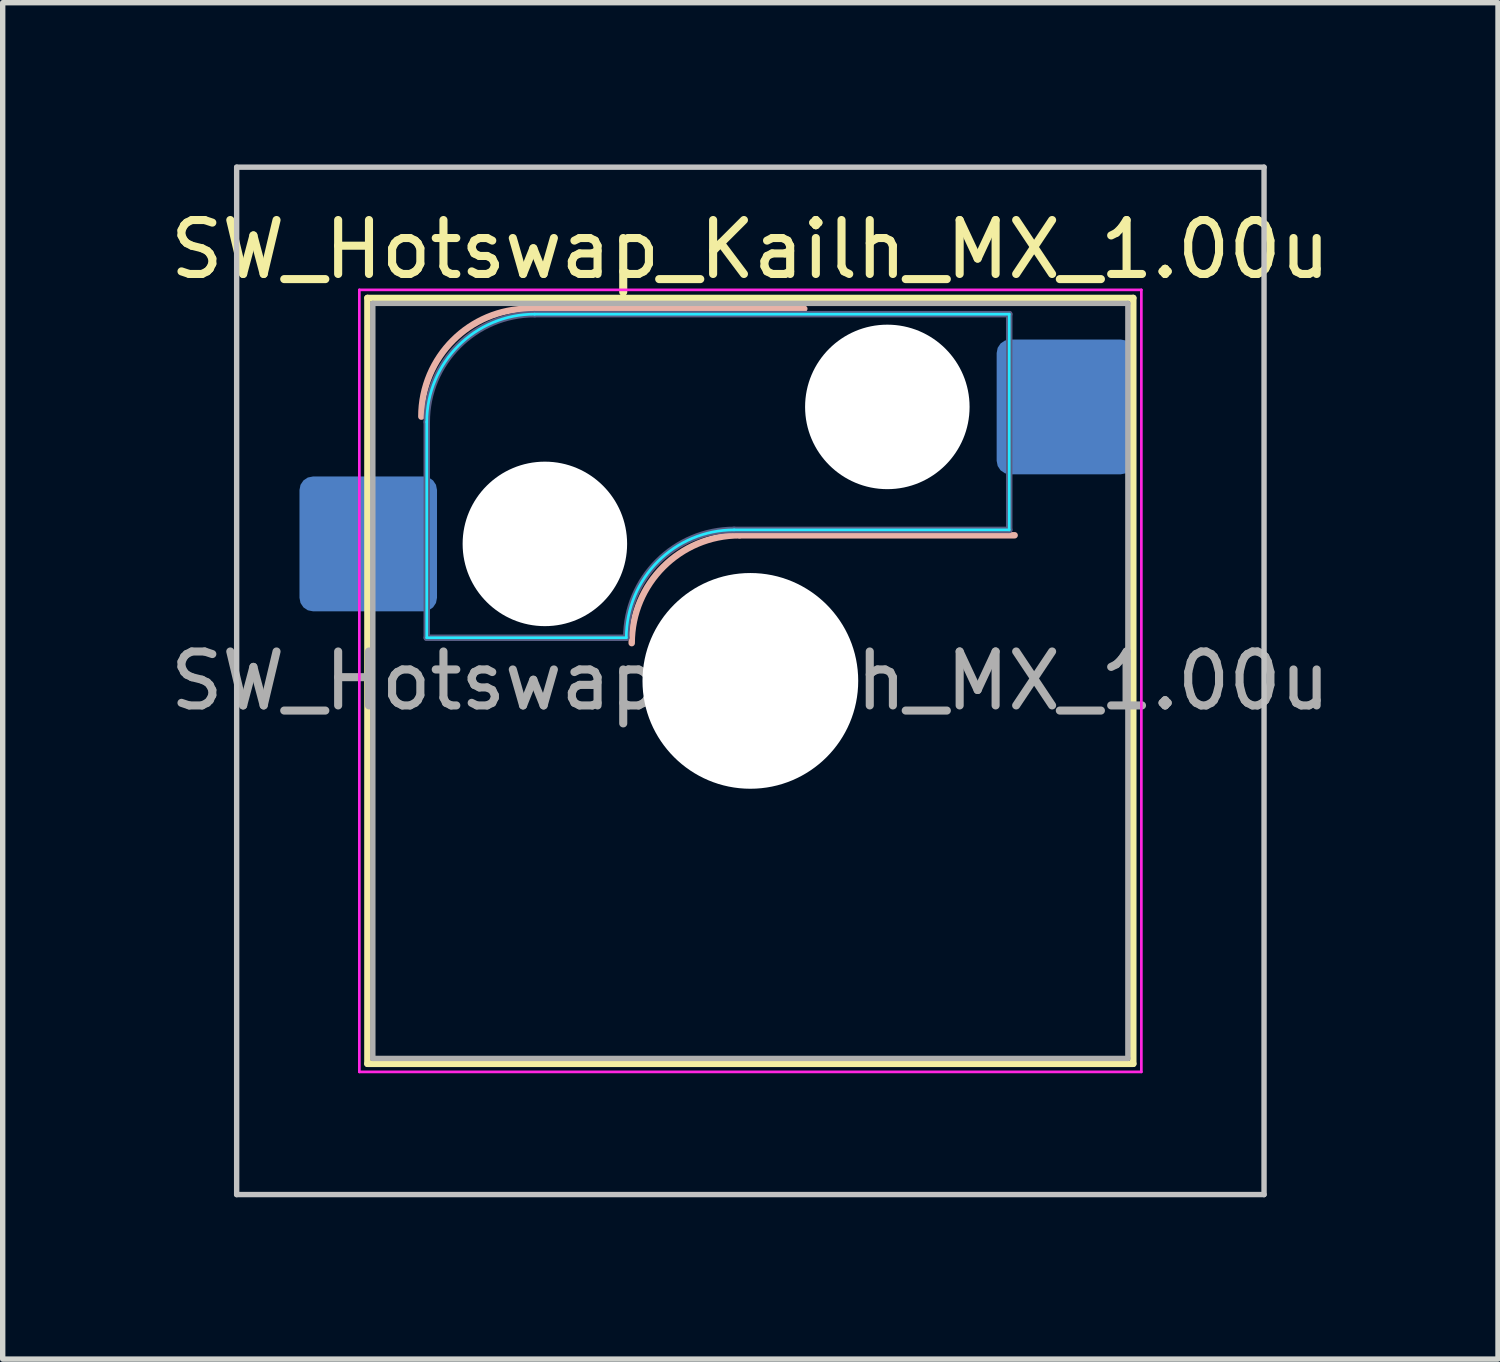
<source format=kicad_pcb>
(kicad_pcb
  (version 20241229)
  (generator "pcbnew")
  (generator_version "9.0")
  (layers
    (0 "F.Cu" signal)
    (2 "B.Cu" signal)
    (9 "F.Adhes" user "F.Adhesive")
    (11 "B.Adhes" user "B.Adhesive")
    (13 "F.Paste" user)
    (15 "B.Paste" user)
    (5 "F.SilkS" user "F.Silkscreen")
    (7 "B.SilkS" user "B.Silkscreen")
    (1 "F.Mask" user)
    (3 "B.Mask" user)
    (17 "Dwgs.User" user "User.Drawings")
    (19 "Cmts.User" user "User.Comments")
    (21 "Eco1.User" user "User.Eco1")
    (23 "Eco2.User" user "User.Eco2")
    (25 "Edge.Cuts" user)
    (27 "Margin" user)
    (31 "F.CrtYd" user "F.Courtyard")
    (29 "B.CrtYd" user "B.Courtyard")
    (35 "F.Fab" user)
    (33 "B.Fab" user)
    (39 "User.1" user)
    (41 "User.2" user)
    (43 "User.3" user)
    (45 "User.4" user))
  (footprint "SW_Hotswap_Kailh_MX_1.00u"
    (layer "F.Cu")
    (at 10.863 9.575)
    (property "Reference" "SW_Hotswap_Kailh_MX_1.00u" (at 0 -8 0) (layer "F.SilkS") (effects (font (size 1 1) (thickness 0.15))))
    (attr smd)
    (fp_line (start -7.1 -7.1) (end -7.1 7.1) (stroke (width 0.12) (type solid)) (layer "F.SilkS"))
    (fp_line (start -7.1 7.1) (end 7.1 7.1) (stroke (width 0.12) (type solid)) (layer "F.SilkS"))
    (fp_line (start 7.1 -7.1) (end -7.1 -7.1) (stroke (width 0.12) (type solid)) (layer "F.SilkS"))
    (fp_line (start 7.1 7.1) (end 7.1 -7.1) (stroke (width 0.12) (type solid)) (layer "F.SilkS"))
    (fp_line (start -4.1 -6.9) (end 1 -6.9) (stroke (width 0.12) (type solid)) (layer "B.SilkS"))
    (fp_line (start -0.2 -2.7) (end 4.9 -2.7) (stroke (width 0.12) (type solid)) (layer "B.SilkS"))
    (fp_arc (start -6.1 -4.9) (mid -5.514214 -6.314214) (end -4.1 -6.9) (stroke (width 0.12) (type solid)) (layer "B.SilkS"))
    (fp_arc (start -2.2 -0.7) (mid -1.614214 -2.114214) (end -0.2 -2.7) (stroke (width 0.12) (type solid)) (layer "B.SilkS"))
    (fp_line (start -9.525 -9.525) (end -9.525 9.525) (stroke (width 0.1) (type solid)) (layer "Dwgs.User"))
    (fp_line (start -9.525 9.525) (end 9.525 9.525) (stroke (width 0.1) (type solid)) (layer "Dwgs.User"))
    (fp_line (start 9.525 -9.525) (end -9.525 -9.525) (stroke (width 0.1) (type solid)) (layer "Dwgs.User"))
    (fp_line (start 9.525 9.525) (end 9.525 -9.525) (stroke (width 0.1) (type solid)) (layer "Dwgs.User"))
    (fp_line (start -7.8 -6) (end -7 -6) (stroke (width 0.1) (type solid)) (layer "Eco1.User"))
    (fp_line (start -7.8 -2.9) (end -7.8 -6) (stroke (width 0.1) (type solid)) (layer "Eco1.User"))
    (fp_line (start -7.8 2.9) (end -7 2.9) (stroke (width 0.1) (type solid)) (layer "Eco1.User"))
    (fp_line (start -7.8 6) (end -7.8 2.9) (stroke (width 0.1) (type solid)) (layer "Eco1.User"))
    (fp_line (start -7 -7) (end 7 -7) (stroke (width 0.1) (type solid)) (layer "Eco1.User"))
    (fp_line (start -7 -6) (end -7 -7) (stroke (width 0.1) (type solid)) (layer "Eco1.User"))
    (fp_line (start -7 -2.9) (end -7.8 -2.9) (stroke (width 0.1) (type solid)) (layer "Eco1.User"))
    (fp_line (start -7 2.9) (end -7 -2.9) (stroke (width 0.1) (type solid)) (layer "Eco1.User"))
    (fp_line (start -7 6) (end -7.8 6) (stroke (width 0.1) (type solid)) (layer "Eco1.User"))
    (fp_line (start -7 7) (end -7 6) (stroke (width 0.1) (type solid)) (layer "Eco1.User"))
    (fp_line (start 7 -7) (end 7 -6) (stroke (width 0.1) (type solid)) (layer "Eco1.User"))
    (fp_line (start 7 -6) (end 7.8 -6) (stroke (width 0.1) (type solid)) (layer "Eco1.User"))
    (fp_line (start 7 -2.9) (end 7 2.9) (stroke (width 0.1) (type solid)) (layer "Eco1.User"))
    (fp_line (start 7 2.9) (end 7.8 2.9) (stroke (width 0.1) (type solid)) (layer "Eco1.User"))
    (fp_line (start 7 6) (end 7 7) (stroke (width 0.1) (type solid)) (layer "Eco1.User"))
    (fp_line (start 7 7) (end -7 7) (stroke (width 0.1) (type solid)) (layer "Eco1.User"))
    (fp_line (start 7.8 -6) (end 7.8 -2.9) (stroke (width 0.1) (type solid)) (layer "Eco1.User"))
    (fp_line (start 7.8 -2.9) (end 7 -2.9) (stroke (width 0.1) (type solid)) (layer "Eco1.User"))
    (fp_line (start 7.8 2.9) (end 7.8 6) (stroke (width 0.1) (type solid)) (layer "Eco1.User"))
    (fp_line (start 7.8 6) (end 7 6) (stroke (width 0.1) (type solid)) (layer "Eco1.User"))
    (fp_line (start -6 -0.8) (end -6 -4.8) (stroke (width 0.05) (type solid)) (layer "B.CrtYd"))
    (fp_line (start -6 -0.8) (end -2.3 -0.8) (stroke (width 0.05) (type solid)) (layer "B.CrtYd"))
    (fp_line (start -4 -6.8) (end 4.8 -6.8) (stroke (width 0.05) (type solid)) (layer "B.CrtYd"))
    (fp_line (start -0.3 -2.8) (end 4.8 -2.8) (stroke (width 0.05) (type solid)) (layer "B.CrtYd"))
    (fp_line (start 4.8 -6.8) (end 4.8 -2.8) (stroke (width 0.05) (type solid)) (layer "B.CrtYd"))
    (fp_arc (start -6 -4.8) (mid -5.414214 -6.214214) (end -4 -6.8) (stroke (width 0.05) (type solid)) (layer "B.CrtYd"))
    (fp_arc (start -2.3 -0.8) (mid -1.714214 -2.214214) (end -0.3 -2.8) (stroke (width 0.05) (type solid)) (layer "B.CrtYd"))
    (fp_line (start -7.25 -7.25) (end -7.25 7.25) (stroke (width 0.05) (type solid)) (layer "F.CrtYd"))
    (fp_line (start -7.25 7.25) (end 7.25 7.25) (stroke (width 0.05) (type solid)) (layer "F.CrtYd"))
    (fp_line (start 7.25 -7.25) (end -7.25 -7.25) (stroke (width 0.05) (type solid)) (layer "F.CrtYd"))
    (fp_line (start 7.25 7.25) (end 7.25 -7.25) (stroke (width 0.05) (type solid)) (layer "F.CrtYd"))
    (fp_line (start -6 -0.8) (end -6 -4.8) (stroke (width 0.12) (type solid)) (layer "B.Fab"))
    (fp_line (start -6 -0.8) (end -2.3 -0.8) (stroke (width 0.12) (type solid)) (layer "B.Fab"))
    (fp_line (start -4 -6.8) (end 4.8 -6.8) (stroke (width 0.12) (type solid)) (layer "B.Fab"))
    (fp_line (start -0.3 -2.8) (end 4.8 -2.8) (stroke (width 0.12) (type solid)) (layer "B.Fab"))
    (fp_line (start 4.8 -6.8) (end 4.8 -2.8) (stroke (width 0.12) (type solid)) (layer "B.Fab"))
    (fp_arc (start -6 -4.8) (mid -5.414214 -6.214214) (end -4 -6.8) (stroke (width 0.12) (type solid)) (layer "B.Fab"))
    (fp_arc (start -2.3 -0.8) (mid -1.714214 -2.214214) (end -0.3 -2.8) (stroke (width 0.12) (type solid)) (layer "B.Fab"))
    (fp_line (start -7 -7) (end -7 7) (stroke (width 0.1) (type solid)) (layer "F.Fab"))
    (fp_line (start -7 7) (end 7 7) (stroke (width 0.1) (type solid)) (layer "F.Fab"))
    (fp_line (start 7 -7) (end -7 -7) (stroke (width 0.1) (type solid)) (layer "F.Fab"))
    (fp_line (start 7 7) (end 7 -7) (stroke (width 0.1) (type solid)) (layer "F.Fab"))
    (fp_text user "${REFERENCE}" (at 0 0 0) (layer "F.Fab") (effects (font (size 1 1) (thickness 0.15))))
    (pad "" np_thru_hole circle (at -3.81 -2.54) (size 3.05 3.05) (drill 3.05) (layers "*.Cu" "*.Mask"))
    (pad "" np_thru_hole circle (at 0 0) (size 4 4) (drill 4) (layers "*.Cu" "*.Mask"))
    (pad "" np_thru_hole circle (at 2.54 -5.08) (size 3.05 3.05) (drill 3.05) (layers "*.Cu" "*.Mask"))
    (pad "1" smd roundrect (at -7.085 -2.54) (size 2.55 2.5) (layers "B.Cu" "B.Mask" "B.Paste") (roundrect_rratio 0.1))
    (pad "2" smd roundrect (at 5.842 -5.08) (size 2.55 2.5) (layers "B.Cu" "B.Mask" "B.Paste") (roundrect_rratio 0.1)))
  (gr_rect
    (start -3 -3)
    (end 24.726 22.15)
    (stroke (width 0.1) (type default))
    (fill no)
    (layer "Edge.Cuts")))
</source>
